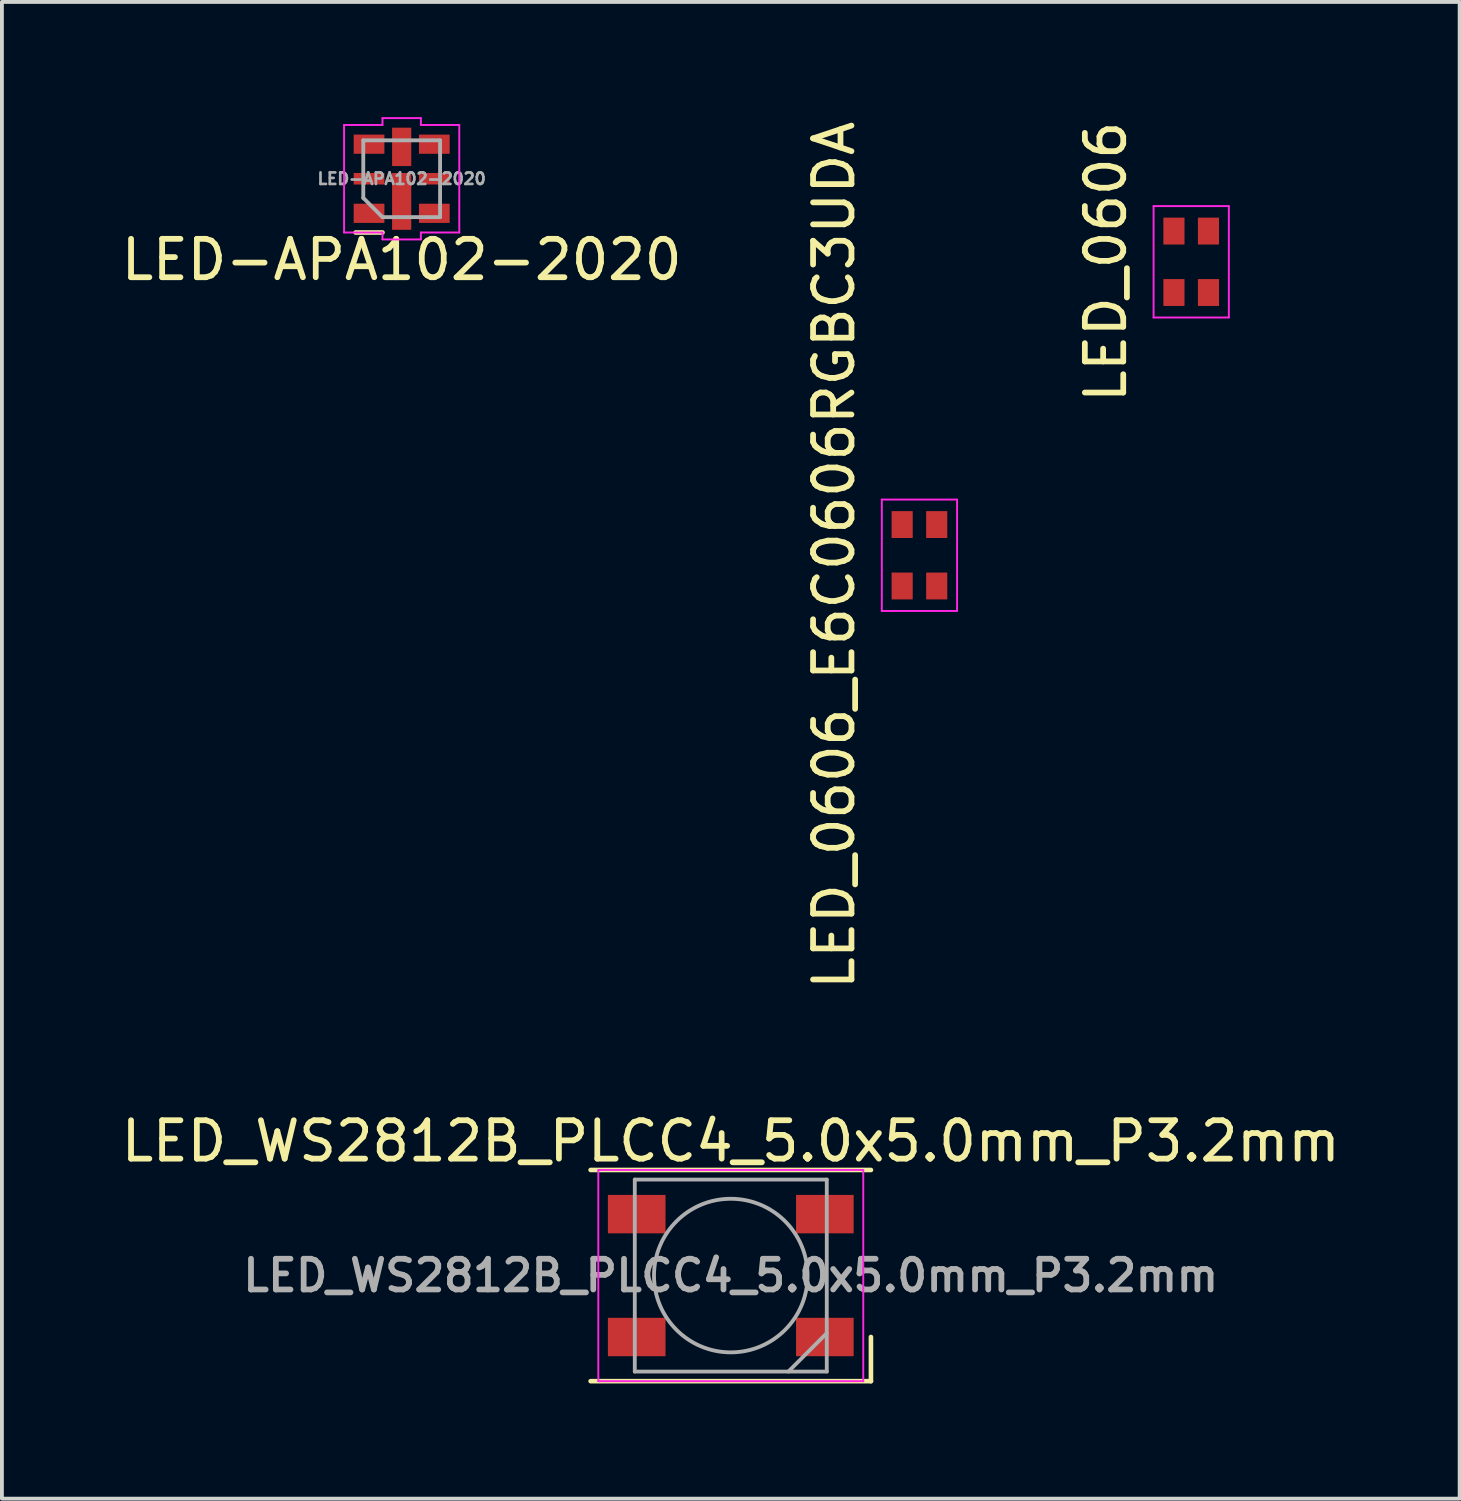
<source format=kicad_pcb>
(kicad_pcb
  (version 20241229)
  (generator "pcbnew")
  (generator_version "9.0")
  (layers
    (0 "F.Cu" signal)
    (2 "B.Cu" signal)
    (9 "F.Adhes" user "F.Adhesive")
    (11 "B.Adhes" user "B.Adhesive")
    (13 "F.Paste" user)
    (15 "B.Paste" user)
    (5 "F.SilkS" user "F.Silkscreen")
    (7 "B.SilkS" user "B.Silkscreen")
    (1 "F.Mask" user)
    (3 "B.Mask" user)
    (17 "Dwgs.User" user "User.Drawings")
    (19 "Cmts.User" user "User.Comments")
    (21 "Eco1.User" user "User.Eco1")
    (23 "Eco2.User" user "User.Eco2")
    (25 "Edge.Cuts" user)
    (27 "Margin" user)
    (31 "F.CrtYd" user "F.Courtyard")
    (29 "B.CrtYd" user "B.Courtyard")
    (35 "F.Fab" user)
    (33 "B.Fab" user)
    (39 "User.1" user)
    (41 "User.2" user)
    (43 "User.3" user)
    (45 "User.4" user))
  (footprint "LED_WS2812B_PLCC4_5.0x5.0mm_P3.2mm"
    (layer "F.Cu")
    (at 15.982 30.17)
    (property "Reference" "LED_WS2812B_PLCC4_5.0x5.0mm_P3.2mm" (at 0 -3.5 0) (layer "F.SilkS") (effects (font (size 1 1) (thickness 0.15))))
    (attr smd)
    (fp_line (start -3.65 -2.75) (end 3.65 -2.75) (stroke (width 0.12) (type solid)) (layer "F.SilkS"))
    (fp_line (start -3.65 2.75) (end 3.65 2.75) (stroke (width 0.12) (type solid)) (layer "F.SilkS"))
    (fp_line (start 3.65 2.75) (end 3.65 1.6) (stroke (width 0.12) (type solid)) (layer "F.SilkS"))
    (fp_line (start -3.45 -2.75) (end -3.45 2.75) (stroke (width 0.05) (type solid)) (layer "F.CrtYd"))
    (fp_line (start -3.45 2.75) (end 3.45 2.75) (stroke (width 0.05) (type solid)) (layer "F.CrtYd"))
    (fp_line (start 3.45 -2.75) (end -3.45 -2.75) (stroke (width 0.05) (type solid)) (layer "F.CrtYd"))
    (fp_line (start 3.45 2.75) (end 3.45 -2.75) (stroke (width 0.05) (type solid)) (layer "F.CrtYd"))
    (fp_line (start -2.5 -2.5) (end -2.5 2.5) (stroke (width 0.1) (type solid)) (layer "F.Fab"))
    (fp_line (start -2.5 2.5) (end 2.5 2.5) (stroke (width 0.1) (type solid)) (layer "F.Fab"))
    (fp_line (start 2.5 -2.5) (end -2.5 -2.5) (stroke (width 0.1) (type solid)) (layer "F.Fab"))
    (fp_line (start 2.5 1.5) (end 1.5 2.5) (stroke (width 0.1) (type solid)) (layer "F.Fab"))
    (fp_line (start 2.5 2.5) (end 2.5 -2.5) (stroke (width 0.1) (type solid)) (layer "F.Fab"))
    (fp_circle (center 0 0) (end 0 -2) (stroke (width 0.1) (type solid)) (fill no) (layer "F.Fab"))
    (fp_text user "${REFERENCE}" (at 0 0 0) (layer "F.Fab") (effects (font (size 0.8 0.8) (thickness 0.15))))
    (pad "1" smd rect (at -2.45 -1.6) (size 1.5 1) (layers "F.Cu" "F.Mask" "F.Paste"))
    (pad "2" smd rect (at -2.45 1.6) (size 1.5 1) (layers "F.Cu" "F.Mask" "F.Paste"))
    (pad "3" smd rect (at 2.45 1.6) (size 1.5 1) (layers "F.Cu" "F.Mask" "F.Paste"))
    (pad "4" smd rect (at 2.45 -1.6) (size 1.5 1) (layers "F.Cu" "F.Mask" "F.Paste")))
  (footprint "LED_0606"
    (layer "F.Cu")
    (at 27.973 3.768)
    (property "Reference" "LED_0606" (at -2.225 0 90) (layer "F.SilkS") (effects (font (size 1 1) (thickness 0.15))))
    (attr smd)
    (fp_line (start -0.98 -1.45) (end 0.98 -1.45) (stroke (width 0.05) (type solid)) (layer "F.CrtYd"))
    (fp_line (start -0.98 1.45) (end -0.98 -1.45) (stroke (width 0.05) (type solid)) (layer "F.CrtYd"))
    (fp_line (start 0.98 -1.45) (end 0.98 1.45) (stroke (width 0.05) (type solid)) (layer "F.CrtYd"))
    (fp_line (start 0.98 1.45) (end -0.98 1.45) (stroke (width 0.05) (type solid)) (layer "F.CrtYd"))
    (pad "1" smd rect (at -0.45 -0.8) (size 0.55 0.7) (layers "F.Cu" "F.Mask" "F.Paste"))
    (pad "2" smd rect (at 0.45 -0.8) (size 0.55 0.7) (layers "F.Cu" "F.Mask" "F.Paste"))
    (pad "3" smd rect (at -0.45 0.8) (size 0.55 0.7) (layers "F.Cu" "F.Mask" "F.Paste"))
    (pad "4" smd rect (at 0.45 0.8) (size 0.55 0.7) (layers "F.Cu" "F.Mask" "F.Paste")))
  (footprint "LED_0606_E6C0606RGBC3UDA"
    (layer "F.Cu")
    (at 20.895 11.411)
    (property "Reference" "LED_0606_E6C0606RGBC3UDA" (at -2.225 0 90) (layer "F.SilkS") (effects (font (size 1 1) (thickness 0.15))))
    (attr smd)
    (fp_line (start -0.98 -1.45) (end 0.98 -1.45) (stroke (width 0.05) (type solid)) (layer "F.CrtYd"))
    (fp_line (start -0.98 1.45) (end -0.98 -1.45) (stroke (width 0.05) (type solid)) (layer "F.CrtYd"))
    (fp_line (start 0.98 -1.45) (end 0.98 1.45) (stroke (width 0.05) (type solid)) (layer "F.CrtYd"))
    (fp_line (start 0.98 1.45) (end -0.98 1.45) (stroke (width 0.05) (type solid)) (layer "F.CrtYd"))
    (pad "1" smd rect (at -0.45 -0.8) (size 0.55 0.7) (layers "F.Cu" "F.Mask" "F.Paste"))
    (pad "2" smd rect (at 0.45 -0.8) (size 0.55 0.7) (layers "F.Cu" "F.Mask" "F.Paste"))
    (pad "3" smd rect (at -0.45 0.8) (size 0.55 0.7) (layers "F.Cu" "F.Mask" "F.Paste"))
    (pad "4" smd rect (at 0.45 0.8) (size 0.55 0.7) (layers "F.Cu" "F.Mask" "F.Paste")))
  (footprint "LED-APA102-2020"
    (layer "F.Cu")
    (at 7.411 1.605)
    (property "Reference" "LED-APA102-2020" (at 0 2.11 0) (layer "F.SilkS") (effects (font (size 1 1) (thickness 0.15))))
    (attr smd)
    (fp_line (start -1.2 1.4) (end -0.5 1.4) (stroke (width 0.12) (type solid)) (layer "F.SilkS"))
    (fp_line (start -1.5 -1.4) (end -1.5 1.4) (stroke (width 0.05) (type solid)) (layer "F.CrtYd"))
    (fp_line (start -1.5 -1.4) (end -0.5 -1.4) (stroke (width 0.05) (type solid)) (layer "F.CrtYd"))
    (fp_line (start -0.5 -1.58) (end 0.5 -1.58) (stroke (width 0.05) (type solid)) (layer "F.CrtYd"))
    (fp_line (start -0.5 -1.4) (end -0.5 -1.58) (stroke (width 0.05) (type solid)) (layer "F.CrtYd"))
    (fp_line (start -0.5 1.4) (end -1.5 1.4) (stroke (width 0.05) (type solid)) (layer "F.CrtYd"))
    (fp_line (start -0.5 1.4) (end -0.5 1.58) (stroke (width 0.05) (type solid)) (layer "F.CrtYd"))
    (fp_line (start -0.5 1.58) (end 0.5 1.58) (stroke (width 0.05) (type solid)) (layer "F.CrtYd"))
    (fp_line (start 0.5 -1.58) (end 0.5 -1.4) (stroke (width 0.05) (type solid)) (layer "F.CrtYd"))
    (fp_line (start 0.5 -1.4) (end 1.5 -1.4) (stroke (width 0.05) (type solid)) (layer "F.CrtYd"))
    (fp_line (start 0.5 1.58) (end 0.5 1.4) (stroke (width 0.05) (type solid)) (layer "F.CrtYd"))
    (fp_line (start 1.5 -1.4) (end 1.5 1.4) (stroke (width 0.05) (type solid)) (layer "F.CrtYd"))
    (fp_line (start 1.5 1.4) (end 0.5 1.4) (stroke (width 0.05) (type solid)) (layer "F.CrtYd"))
    (fp_line (start -1 -1) (end 1 -1) (stroke (width 0.1) (type solid)) (layer "F.Fab"))
    (fp_line (start -1 0.5) (end -1 -1) (stroke (width 0.1) (type solid)) (layer "F.Fab"))
    (fp_line (start -1 0.5) (end -0.5 1) (stroke (width 0.1) (type solid)) (layer "F.Fab"))
    (fp_line (start 1 -1) (end 1 1) (stroke (width 0.1) (type solid)) (layer "F.Fab"))
    (fp_line (start 1 1) (end -0.5 1) (stroke (width 0.1) (type solid)) (layer "F.Fab"))
    (fp_text user "${REFERENCE}" (at 0 0 0) (layer "F.Fab") (effects (font (size 0.3 0.3) (thickness 0.07))))
    (pad "1" smd rect (at -0.85 -0.9) (size 0.8 0.5) (layers "F.Cu" "F.Mask" "F.Paste"))
    (pad "1" smd rect (at 0 -0.83 90) (size 1 0.5) (layers "F.Cu" "F.Mask" "F.Paste"))
    (pad "2" smd rect (at -0.85 0) (size 0.8 0.3) (layers "F.Cu" "F.Mask" "F.Paste"))
    (pad "3" smd rect (at -0.85 0.9) (size 0.8 0.5) (layers "F.Cu" "F.Mask" "F.Paste"))
    (pad "4" smd rect (at 0.85 0.9) (size 0.8 0.5) (layers "F.Cu" "F.Mask" "F.Paste"))
    (pad "5" smd rect (at 0.85 0) (size 0.8 0.3) (layers "F.Cu" "F.Mask" "F.Paste"))
    (pad "6" smd rect (at 0 0.59 90) (size 1.48 0.5) (layers "F.Cu" "F.Mask" "F.Paste"))
    (pad "6" smd rect (at 0.85 -0.9) (size 0.8 0.5) (layers "F.Cu" "F.Mask" "F.Paste")))
  (gr_rect
    (start -3 -3)
    (end 34.964 35.98)
    (stroke (width 0.1) (type default))
    (fill no)
    (layer "Edge.Cuts")))
</source>
